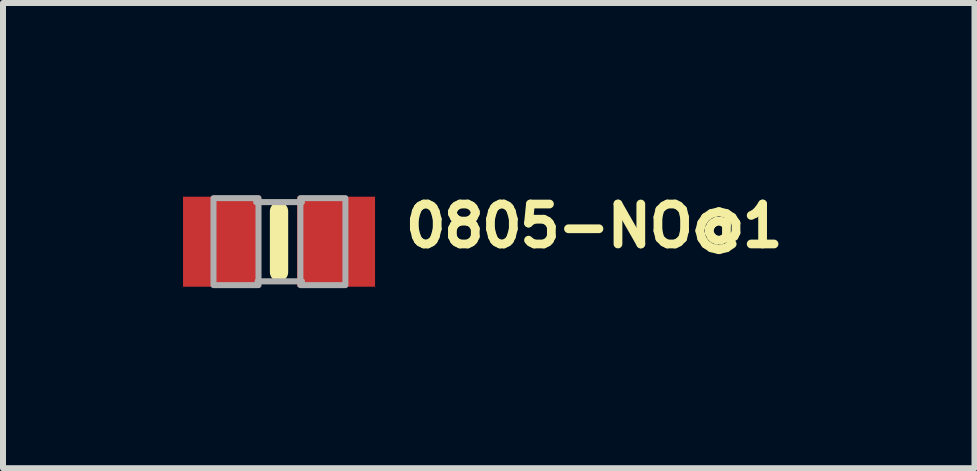
<source format=kicad_pcb>
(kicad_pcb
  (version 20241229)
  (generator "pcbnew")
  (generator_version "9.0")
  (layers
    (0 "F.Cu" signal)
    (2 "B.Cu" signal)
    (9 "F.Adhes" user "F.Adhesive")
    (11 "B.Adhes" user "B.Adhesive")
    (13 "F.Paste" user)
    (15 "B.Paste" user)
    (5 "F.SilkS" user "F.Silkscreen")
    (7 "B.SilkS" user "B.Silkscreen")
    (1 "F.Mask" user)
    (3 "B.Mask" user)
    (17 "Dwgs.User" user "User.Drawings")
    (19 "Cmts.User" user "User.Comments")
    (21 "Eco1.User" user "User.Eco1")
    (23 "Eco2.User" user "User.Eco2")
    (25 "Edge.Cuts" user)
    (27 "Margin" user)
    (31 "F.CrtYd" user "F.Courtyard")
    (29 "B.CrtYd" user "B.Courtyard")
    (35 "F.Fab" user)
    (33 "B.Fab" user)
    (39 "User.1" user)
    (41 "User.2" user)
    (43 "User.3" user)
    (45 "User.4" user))
  (footprint "0805-NO@1"
    (layer "F.Cu")
    (at 1.6 0.978)
    (property "Reference" "0805-NO@1" (at 2.032 0.127 0) (layer "F.SilkS") (effects (font (size 0.666 0.666) (thickness 0.146)) (justify left bottom)))
    (fp_line (start 0 -0.508) (end 0 0.508) (stroke (width 0.305) (type solid)) (layer "F.SilkS"))
    (fp_line (start -0.381 -0.66) (end 0.381 -0.66) (stroke (width 0.102) (type solid)) (layer "F.Fab"))
    (fp_line (start -0.356 0.66) (end 0.381 0.66) (stroke (width 0.102) (type solid)) (layer "F.Fab"))
    (fp_poly (pts (xy -1.092 0.724) (xy -0.342 0.724) (xy -0.342 -0.726) (xy -1.092 -0.726)) (stroke (width 0.1) (type default)) (fill no) (layer "F.Fab"))
    (fp_poly (pts (xy 0.356 0.724) (xy 1.106 0.724) (xy 1.106 -0.726) (xy 0.356 -0.726)) (stroke (width 0.1) (type default)) (fill no) (layer "F.Fab"))
    (pad "1" smd rect (at -0.95 0) (size 1.3 1.5) (layers "F.Cu" "F.Mask" "F.Paste"))
    (pad "2" smd rect (at 0.95 0) (size 1.3 1.5) (layers "F.Cu" "F.Mask" "F.Paste")))
  (gr_rect
    (start -3 -3)
    (end 13.19 4.752)
    (stroke (width 0.1) (type default))
    (fill no)
    (layer "Edge.Cuts")))
</source>
